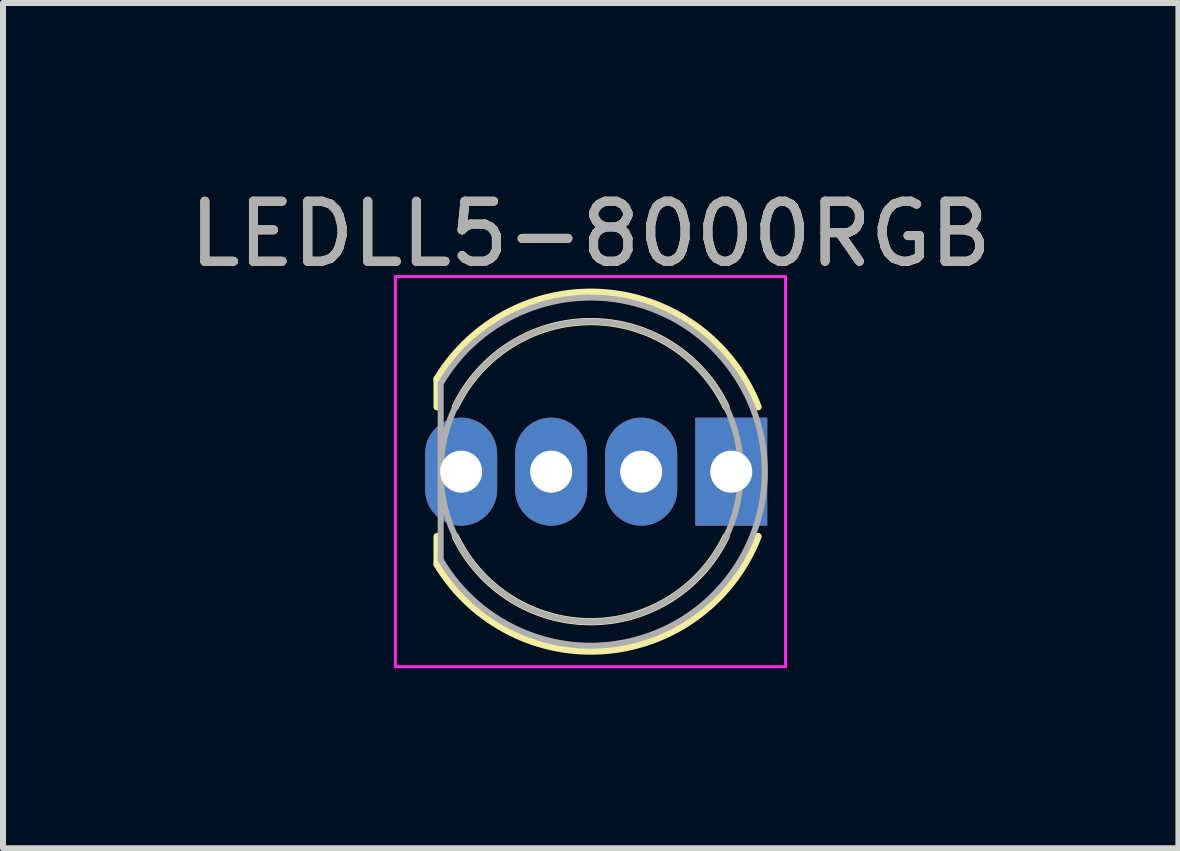
<source format=kicad_pcb>
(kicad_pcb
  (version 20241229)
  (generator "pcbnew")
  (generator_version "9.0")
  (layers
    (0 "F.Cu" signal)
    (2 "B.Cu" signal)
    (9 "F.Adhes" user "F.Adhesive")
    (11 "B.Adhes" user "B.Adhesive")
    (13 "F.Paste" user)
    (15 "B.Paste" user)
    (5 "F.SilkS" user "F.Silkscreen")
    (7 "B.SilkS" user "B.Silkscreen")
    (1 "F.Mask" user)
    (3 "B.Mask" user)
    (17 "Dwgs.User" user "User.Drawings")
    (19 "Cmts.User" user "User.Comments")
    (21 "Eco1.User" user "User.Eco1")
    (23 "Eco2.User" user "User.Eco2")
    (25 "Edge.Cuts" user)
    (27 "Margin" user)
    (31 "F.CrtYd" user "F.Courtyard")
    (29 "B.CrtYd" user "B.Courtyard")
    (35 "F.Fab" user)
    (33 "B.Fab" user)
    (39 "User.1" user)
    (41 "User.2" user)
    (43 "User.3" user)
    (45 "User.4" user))
  (footprint "LEDLL5-8000RGB"
    (layer "F.Cu")
    (at 4.887 4.808)
    (property "Reference" "LEDLL5-8000RGB" (at 1.905 -3.96 0) (layer "F.SilkS") (effects (font (size 1 1) (thickness 0.15))))
    (attr through_hole)
    (fp_line (start -0.655 -1.545) (end -0.655 -1.08) (stroke (width 0.12) (type solid)) (layer "F.SilkS"))
    (fp_line (start -0.655 1.08) (end -0.655 1.545) (stroke (width 0.12) (type solid)) (layer "F.SilkS"))
    (fp_arc (start -0.655 -1.54483) (mid 2.163456 -2.978809) (end 4.692815 -1.080827) (stroke (width 0.12) (type solid)) (layer "F.SilkS"))
    (fp_arc (start -0.349684 -1.08) (mid 1.904762 -2.5) (end 4.159479 -1.080429) (stroke (width 0.12) (type solid)) (layer "F.SilkS"))
    (fp_arc (start 4.159479 1.080429) (mid 1.904762 2.5) (end -0.349684 1.08) (stroke (width 0.12) (type solid)) (layer "F.SilkS"))
    (fp_arc (start 4.692815 1.080827) (mid 2.163456 2.978808) (end -0.655 1.54483) (stroke (width 0.12) (type solid)) (layer "F.SilkS"))
    (fp_line (start -1.35 -3.25) (end -1.35 3.25) (stroke (width 0.05) (type solid)) (layer "F.CrtYd"))
    (fp_line (start -1.35 3.25) (end 5.15 3.25) (stroke (width 0.05) (type solid)) (layer "F.CrtYd"))
    (fp_line (start 5.15 -3.25) (end -1.35 -3.25) (stroke (width 0.05) (type solid)) (layer "F.CrtYd"))
    (fp_line (start 5.15 3.25) (end 5.15 -3.25) (stroke (width 0.05) (type solid)) (layer "F.CrtYd"))
    (fp_line (start -0.595 -1.47) (end -0.595 1.47) (stroke (width 0.1) (type solid)) (layer "F.Fab"))
    (fp_arc (start -0.595 -1.469694) (mid 4.805 0.000016) (end -0.595016 1.469666) (stroke (width 0.1) (type solid)) (layer "F.Fab"))
    (fp_circle (center 1.905 0) (end 4.405 0) (stroke (width 0.1) (type solid)) (fill no) (layer "F.Fab"))
    (fp_text user "${REFERENCE}" (at 1.905 -3.96 0) (layer "F.Fab") (effects (font (size 1 1) (thickness 0.15))))
    (pad "1" thru_hole rect (at 4.246 0 180) (size 1.2 1.8) (drill 0.7) (layers "*.Cu" "*.Mask"))
    (pad "2" thru_hole oval (at 2.746 0 180) (size 1.2 1.8) (drill 0.7) (layers "*.Cu" "*.Mask"))
    (pad "3" thru_hole oval (at 1.246 0 180) (size 1.2 1.8) (drill 0.7) (layers "*.Cu" "*.Mask"))
    (pad "4" thru_hole oval (at -0.254 0 180) (size 1.2 1.8) (drill 0.7) (layers "*.Cu" "*.Mask")))
  (gr_rect
    (start -3 -3)
    (end 16.583 11.083)
    (stroke (width 0.1) (type default))
    (fill no)
    (layer "Edge.Cuts")))
</source>
